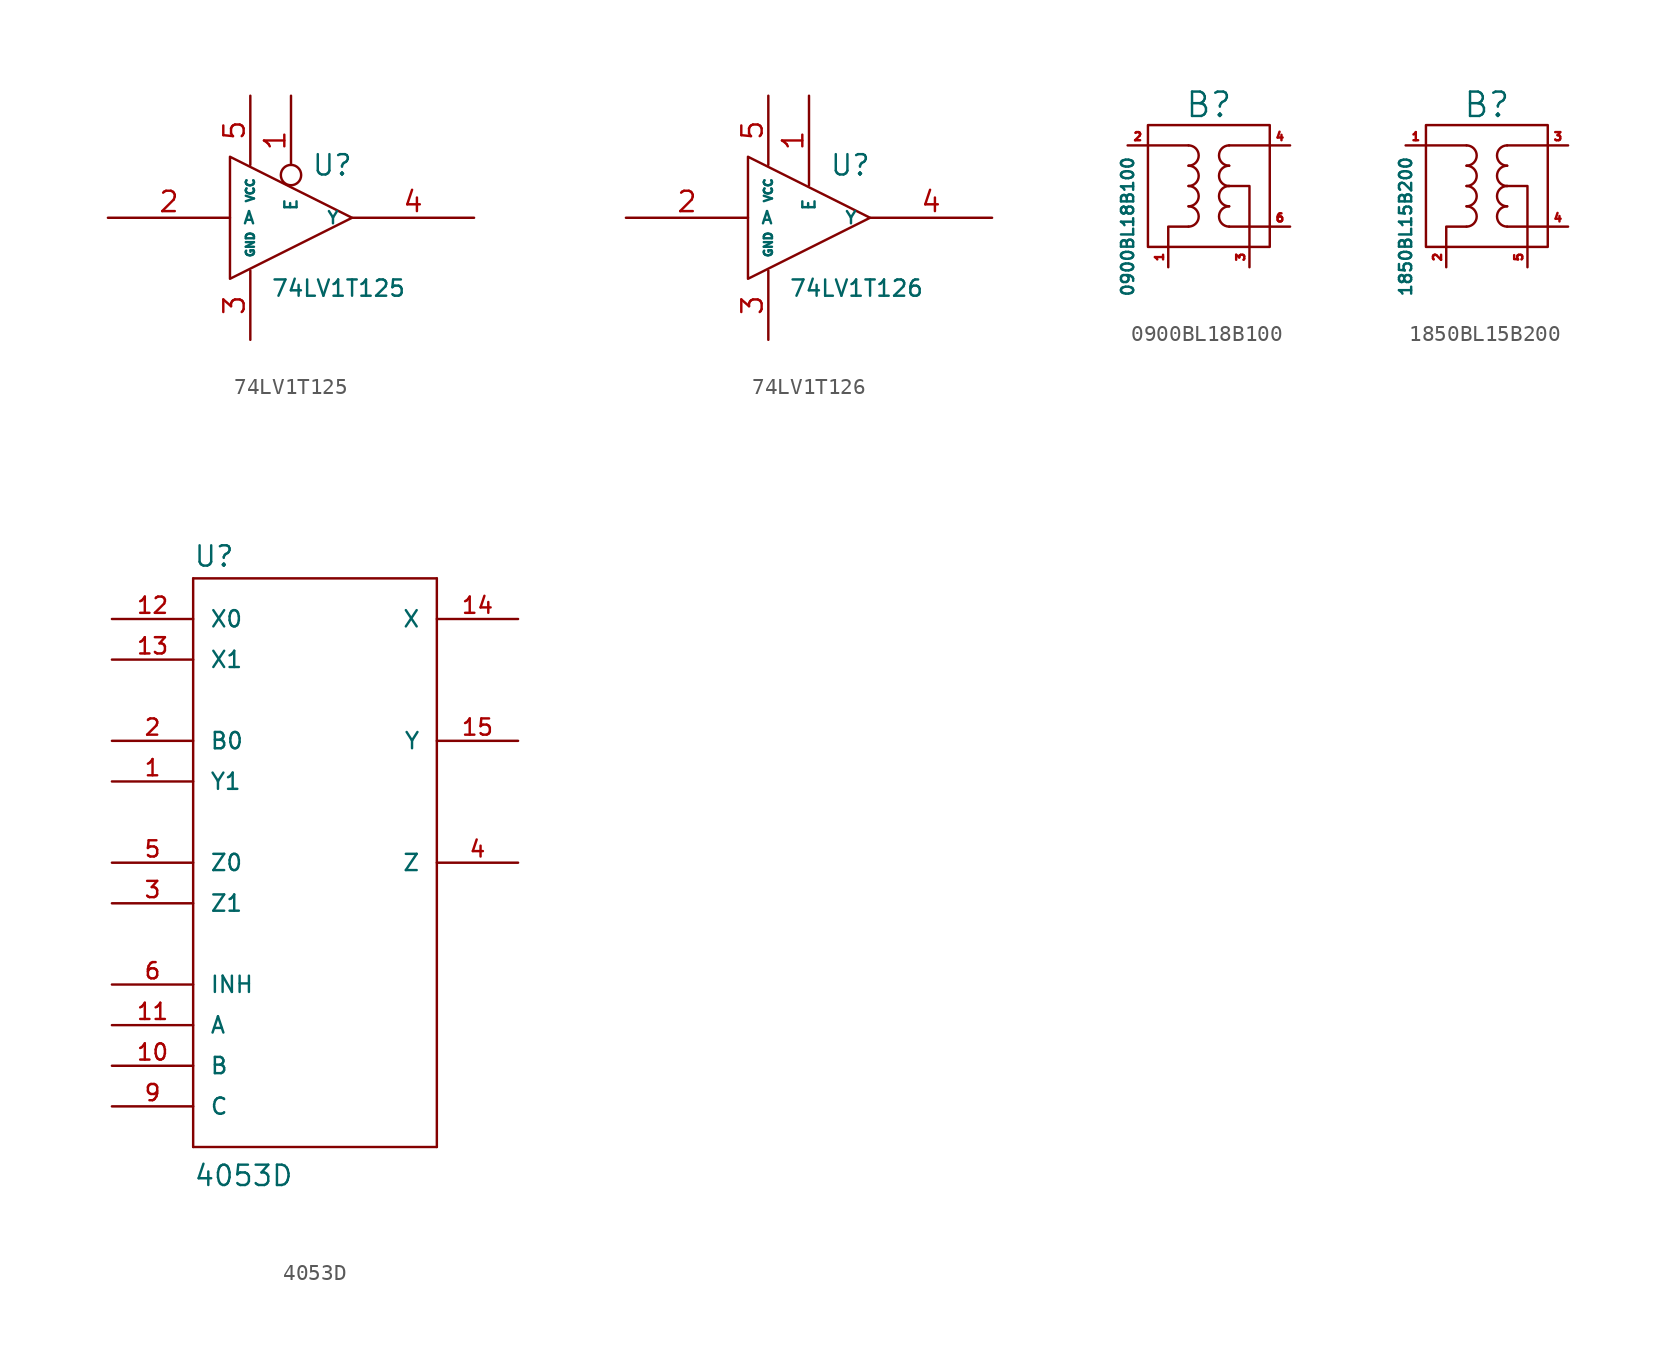
<source format=kicad_sym>
(kicad_symbol_lib
  (version 20211014)
  (generator kicad_symbol_editor)
  (symbol "74LV1T125"
    (pin_names
      (offset 0.762))
    (property "Reference" "U"
      (at 1.27 2.54 0)
      (effects (font (size 1.27 1.27)) (justify left bottom)))
    (property "Value" "74LV1T125"
      (at -1.27 -3.81 0)
      (effects (font (size 1.016 1.016)) (justify left top)))
    (property "Footprint" ""
      (at 0 0 0)
      (effects (font (size 1.524 1.524))))
    (property "Datasheet" ""
      (at 0 0 0)
      (effects (font (size 1.524 1.524))))
    (symbol "74LV1T125_0_0"
      (pin power_in line (at -2.54 -7.62 90) (length 4.318) (name "GND" (effects (font (size 0.508 0.508)))) (number "3" (effects (font (size 1.27 1.27))))))
    (symbol "74LV1T125_0_1"
      (polyline (pts (xy -3.81 3.81) (xy -3.81 -3.81) (xy 3.81 0) (xy -3.81 3.81)) (stroke (width 0) (type default) (color 0 0 0 0)) (fill (type none))))
    (symbol "74LV1T125_1_0"
      (pin input inverted (at 0 7.62 270) (length 5.588) (name "E" (effects (font (size 0.762 0.762)))) (number "1" (effects (font (size 1.27 1.27))))))
    (symbol "74LV1T125_1_1"
      (pin input line (at -11.43 0 0) (length 7.62) (name "A" (effects (font (size 0.762 0.762)))) (number "2" (effects (font (size 1.27 1.27)))))
      (pin tri_state line (at 11.43 0 180) (length 7.62) (name "Y" (effects (font (size 0.762 0.762)))) (number "4" (effects (font (size 1.27 1.27)))))
      (pin power_in line (at -2.54 7.62 270) (length 4.318) (name "VCC" (effects (font (size 0.508 0.508)))) (number "5" (effects (font (size 1.27 1.27)))))))
  (symbol "74LV1T126"
    (pin_names
      (offset 0.762))
    (property "Reference" "U"
      (at 1.27 2.54 0)
      (effects (font (size 1.27 1.27)) (justify left bottom)))
    (property "Value" "74LV1T126"
      (at -1.27 -3.81 0)
      (effects (font (size 1.016 1.016)) (justify left top)))
    (property "Footprint" ""
      (at 0 0 0)
      (effects (font (size 1.524 1.524))))
    (property "Datasheet" ""
      (at 0 0 0)
      (effects (font (size 1.524 1.524))))
    (symbol "74LV1T126_0_0"
      (pin power_in line (at -2.54 -7.62 90) (length 4.318) (name "GND" (effects (font (size 0.508 0.508)))) (number "3" (effects (font (size 1.27 1.27))))))
    (symbol "74LV1T126_0_1"
      (polyline (pts (xy -3.81 3.81) (xy -3.81 -3.81) (xy 3.81 0) (xy -3.81 3.81)) (stroke (width 0) (type default) (color 0 0 0 0)) (fill (type none))))
    (symbol "74LV1T126_1_0"
      (pin input line (at 0 7.62 270) (length 5.588) (name "E" (effects (font (size 0.762 0.762)))) (number "1" (effects (font (size 1.27 1.27))))))
    (symbol "74LV1T126_1_1"
      (pin input line (at -11.43 0 0) (length 7.62) (name "A" (effects (font (size 0.762 0.762)))) (number "2" (effects (font (size 1.27 1.27)))))
      (pin tri_state line (at 11.43 0 180) (length 7.62) (name "Y" (effects (font (size 0.762 0.762)))) (number "4" (effects (font (size 1.27 1.27)))))
      (pin power_in line (at -2.54 7.62 270) (length 4.318) (name "VCC" (effects (font (size 0.508 0.508)))) (number "5" (effects (font (size 1.27 1.27)))))))
  (symbol "0900BL18B100"
    (pin_names
      (offset 0) hide)
    (property "Reference" "B"
      (at 0 5.08 0)
      (effects (font (size 1.524 1.524))))
    (property "Value" "0900BL18B100"
      (at -5.08 -2.54 90)
      (effects (font (size 0.762 0.762))))
    (property "Footprint" ""
      (at 0 0 0)
      (effects (font (size 1.524 1.524))))
    (property "Datasheet" ""
      (at 0 0 0)
      (effects (font (size 1.524 1.524))))
    (symbol "0900BL18B100_0_1"
      (arc (start -1.27 -2.54) (mid -0.635 -1.905) (end -1.27 -1.27) (stroke (width 0) (type default) (color 0 0 0 0)) (fill (type none)))
      (arc (start -1.27 -1.27) (mid -0.635 -0.635) (end -1.27 0) (stroke (width 0) (type default) (color 0 0 0 0)) (fill (type none)))
      (arc (start -1.27 0) (mid -0.635 0.635) (end -1.27 1.27) (stroke (width 0) (type default) (color 0 0 0 0)) (fill (type none)))
      (arc (start -1.27 1.27) (mid -0.635 1.905) (end -1.27 2.54) (stroke (width 0) (type default) (color 0 0 0 0)) (fill (type none)))
      (polyline (pts (xy -1.27 2.54) (xy -3.81 2.54)) (stroke (width 0) (type default) (color 0 0 0 0)) (fill (type none)))
      (polyline (pts (xy 1.27 -2.54) (xy 3.81 -2.54)) (stroke (width 0) (type default) (color 0 0 0 0)) (fill (type none)))
      (polyline (pts (xy 1.27 2.54) (xy 3.81 2.54)) (stroke (width 0) (type default) (color 0 0 0 0)) (fill (type none)))
      (polyline (pts (xy -1.27 -2.54) (xy -2.54 -2.54) (xy -2.54 -3.81)) (stroke (width 0) (type default) (color 0 0 0 0)) (fill (type none)))
      (polyline (pts (xy 1.27 0) (xy 2.54 0) (xy 2.54 -3.81)) (stroke (width 0) (type default) (color 0 0 0 0)) (fill (type none)))
      (arc (start 1.27 -1.27) (mid 0.635 -1.905) (end 1.27 -2.54) (stroke (width 0) (type default) (color 0 0 0 0)) (fill (type none)))
      (arc (start 1.27 0) (mid 0.635 -0.635) (end 1.27 -1.27) (stroke (width 0) (type default) (color 0 0 0 0)) (fill (type none)))
      (arc (start 1.27 1.27) (mid 0.635 0.635) (end 1.27 0) (stroke (width 0) (type default) (color 0 0 0 0)) (fill (type none)))
      (arc (start 1.27 2.54) (mid 0.635 1.905) (end 1.27 1.27) (stroke (width 0) (type default) (color 0 0 0 0)) (fill (type none)))
      (rectangle (start 3.81 -3.81) (end -3.81 3.81) (stroke (width 0) (type default) (color 0 0 0 0)) (fill (type none))))
    (symbol "0900BL18B100_1_1"
      (pin bidirectional line (at -2.54 -5.08 90) (length 1.27) (name "GND" (effects (font (size 0.508 0.508)))) (number "1" (effects (font (size 0.508 0.508)))))
      (pin bidirectional line (at -5.08 2.54 0) (length 1.27) (name "UnBalanced" (effects (font (size 0.508 0.508)))) (number "2" (effects (font (size 0.508 0.508)))))
      (pin bidirectional line (at 2.54 -5.08 90) (length 1.27) (name "GND" (effects (font (size 0.508 0.508)))) (number "3" (effects (font (size 0.508 0.508)))))
      (pin bidirectional line (at 5.08 2.54 180) (length 1.27) (name "Balanced" (effects (font (size 0.508 0.508)))) (number "4" (effects (font (size 0.508 0.508)))))
      (pin no_connect line (at 0 -5.08 90) (length 1.27) hide (name "NC" (effects (font (size 0.508 0.508)))) (number "5" (effects (font (size 0.508 0.508)))))
      (pin bidirectional line (at 5.08 -2.54 180) (length 1.27) (name "Balanced" (effects (font (size 0.508 0.508)))) (number "6" (effects (font (size 0.508 0.508)))))))
  (symbol "1850BL15B200"
    (pin_names
      (offset 0) hide)
    (property "Reference" "B"
      (at 0 5.08 0)
      (effects (font (size 1.524 1.524))))
    (property "Value" "1850BL15B200"
      (at -5.08 -2.54 90)
      (effects (font (size 0.762 0.762))))
    (property "Footprint" ""
      (at 0 0 0)
      (effects (font (size 1.524 1.524))))
    (property "Datasheet" ""
      (at 0 0 0)
      (effects (font (size 1.524 1.524))))
    (symbol "1850BL15B200_0_1"
      (arc (start -1.27 -2.54) (mid -0.635 -1.905) (end -1.27 -1.27) (stroke (width 0) (type default) (color 0 0 0 0)) (fill (type none)))
      (arc (start -1.27 -1.27) (mid -0.635 -0.635) (end -1.27 0) (stroke (width 0) (type default) (color 0 0 0 0)) (fill (type none)))
      (arc (start -1.27 0) (mid -0.635 0.635) (end -1.27 1.27) (stroke (width 0) (type default) (color 0 0 0 0)) (fill (type none)))
      (arc (start -1.27 1.27) (mid -0.635 1.905) (end -1.27 2.54) (stroke (width 0) (type default) (color 0 0 0 0)) (fill (type none)))
      (polyline (pts (xy -1.27 2.54) (xy -3.81 2.54)) (stroke (width 0) (type default) (color 0 0 0 0)) (fill (type none)))
      (polyline (pts (xy 1.27 -2.54) (xy 3.81 -2.54)) (stroke (width 0) (type default) (color 0 0 0 0)) (fill (type none)))
      (polyline (pts (xy 1.27 2.54) (xy 3.81 2.54)) (stroke (width 0) (type default) (color 0 0 0 0)) (fill (type none)))
      (polyline (pts (xy -1.27 -2.54) (xy -2.54 -2.54) (xy -2.54 -3.81)) (stroke (width 0) (type default) (color 0 0 0 0)) (fill (type none)))
      (polyline (pts (xy 1.27 0) (xy 2.54 0) (xy 2.54 -3.81)) (stroke (width 0) (type default) (color 0 0 0 0)) (fill (type none)))
      (arc (start 1.27 -1.27) (mid 0.635 -1.905) (end 1.27 -2.54) (stroke (width 0) (type default) (color 0 0 0 0)) (fill (type none)))
      (arc (start 1.27 0) (mid 0.635 -0.635) (end 1.27 -1.27) (stroke (width 0) (type default) (color 0 0 0 0)) (fill (type none)))
      (arc (start 1.27 1.27) (mid 0.635 0.635) (end 1.27 0) (stroke (width 0) (type default) (color 0 0 0 0)) (fill (type none)))
      (arc (start 1.27 2.54) (mid 0.635 1.905) (end 1.27 1.27) (stroke (width 0) (type default) (color 0 0 0 0)) (fill (type none)))
      (rectangle (start 3.81 -3.81) (end -3.81 3.81) (stroke (width 0) (type default) (color 0 0 0 0)) (fill (type none))))
    (symbol "1850BL15B200_1_1"
      (pin bidirectional line (at -5.08 2.54 0) (length 1.27) (name "UnBalanced" (effects (font (size 0.508 0.508)))) (number "1" (effects (font (size 0.508 0.508)))))
      (pin bidirectional line (at -2.54 -5.08 90) (length 1.27) (name "GND" (effects (font (size 0.508 0.508)))) (number "2" (effects (font (size 0.508 0.508)))))
      (pin bidirectional line (at 5.08 2.54 180) (length 1.27) (name "Balanced" (effects (font (size 0.508 0.508)))) (number "3" (effects (font (size 0.508 0.508)))))
      (pin bidirectional line (at 5.08 -2.54 180) (length 1.27) (name "Balanced" (effects (font (size 0.508 0.508)))) (number "4" (effects (font (size 0.508 0.508)))))
      (pin bidirectional line (at 2.54 -5.08 90) (length 1.27) (name "GND" (effects (font (size 0.508 0.508)))) (number "5" (effects (font (size 0.508 0.508)))))
      (pin no_connect line (at 0 -5.08 90) (length 1.27) hide (name "NC" (effects (font (size 0.508 0.508)))) (number "6" (effects (font (size 0.508 0.508)))))))
  (symbol "4053D"
    (pin_names
      (offset 1.016))
    (property "Reference" "U"
      (at -7.62 18.415 0)
      (effects (font (size 1.27 1.27)) (justify left bottom)))
    (property "Value" "4053D"
      (at -7.62 -20.32 0)
      (effects (font (size 1.27 1.27)) (justify left bottom)))
    (property "Datasheet" ""
      (at 0 0 0)
      (effects (font (size 1.524 1.524))))
    (symbol "4053D_1_0"
      (polyline (pts (xy -7.62 -17.78) (xy 7.62 -17.78)) (stroke (width 0) (type default) (color 0 0 0 0)) (fill (type none)))
      (polyline (pts (xy -7.62 17.78) (xy -7.62 -17.78)) (stroke (width 0) (type default) (color 0 0 0 0)) (fill (type none)))
      (polyline (pts (xy 7.62 -17.78) (xy 7.62 17.78)) (stroke (width 0) (type default) (color 0 0 0 0)) (fill (type none)))
      (polyline (pts (xy 7.62 17.78) (xy -7.62 17.78)) (stroke (width 0) (type default) (color 0 0 0 0)) (fill (type none))))
    (symbol "4053D_1_1"
      (pin bidirectional line (at -12.7 5.08 0) (length 5.08) (name "Y1" (effects (font (size 1.016 1.016)))) (number "1" (effects (font (size 1.016 1.016)))))
      (pin input line (at -12.7 -12.7 0) (length 5.08) (name "B" (effects (font (size 1.016 1.016)))) (number "10" (effects (font (size 1.016 1.016)))))
      (pin input line (at -12.7 -10.16 0) (length 5.08) (name "A" (effects (font (size 1.016 1.016)))) (number "11" (effects (font (size 1.016 1.016)))))
      (pin bidirectional line (at -12.7 15.24 0) (length 5.08) (name "X0" (effects (font (size 1.016 1.016)))) (number "12" (effects (font (size 1.016 1.016)))))
      (pin bidirectional line (at -12.7 12.7 0) (length 5.08) (name "X1" (effects (font (size 1.016 1.016)))) (number "13" (effects (font (size 1.016 1.016)))))
      (pin bidirectional line (at 12.7 15.24 180) (length 5.08) (name "X" (effects (font (size 1.016 1.016)))) (number "14" (effects (font (size 1.016 1.016)))))
      (pin bidirectional line (at 12.7 7.62 180) (length 5.08) (name "Y" (effects (font (size 1.016 1.016)))) (number "15" (effects (font (size 1.016 1.016)))))
      (pin bidirectional line (at -12.7 7.62 0) (length 5.08) (name "B0" (effects (font (size 1.016 1.016)))) (number "2" (effects (font (size 1.016 1.016)))))
      (pin bidirectional line (at -12.7 -2.54 0) (length 5.08) (name "Z1" (effects (font (size 1.016 1.016)))) (number "3" (effects (font (size 1.016 1.016)))))
      (pin bidirectional line (at 12.7 0 180) (length 5.08) (name "Z" (effects (font (size 1.016 1.016)))) (number "4" (effects (font (size 1.016 1.016)))))
      (pin bidirectional line (at -12.7 0 0) (length 5.08) (name "Z0" (effects (font (size 1.016 1.016)))) (number "5" (effects (font (size 1.016 1.016)))))
      (pin input line (at -12.7 -7.62 0) (length 5.08) (name "INH" (effects (font (size 1.016 1.016)))) (number "6" (effects (font (size 1.016 1.016)))))
      (pin input line (at -12.7 -15.24 0) (length 5.08) (name "C" (effects (font (size 1.016 1.016)))) (number "9" (effects (font (size 1.016 1.016))))))))
</source>
